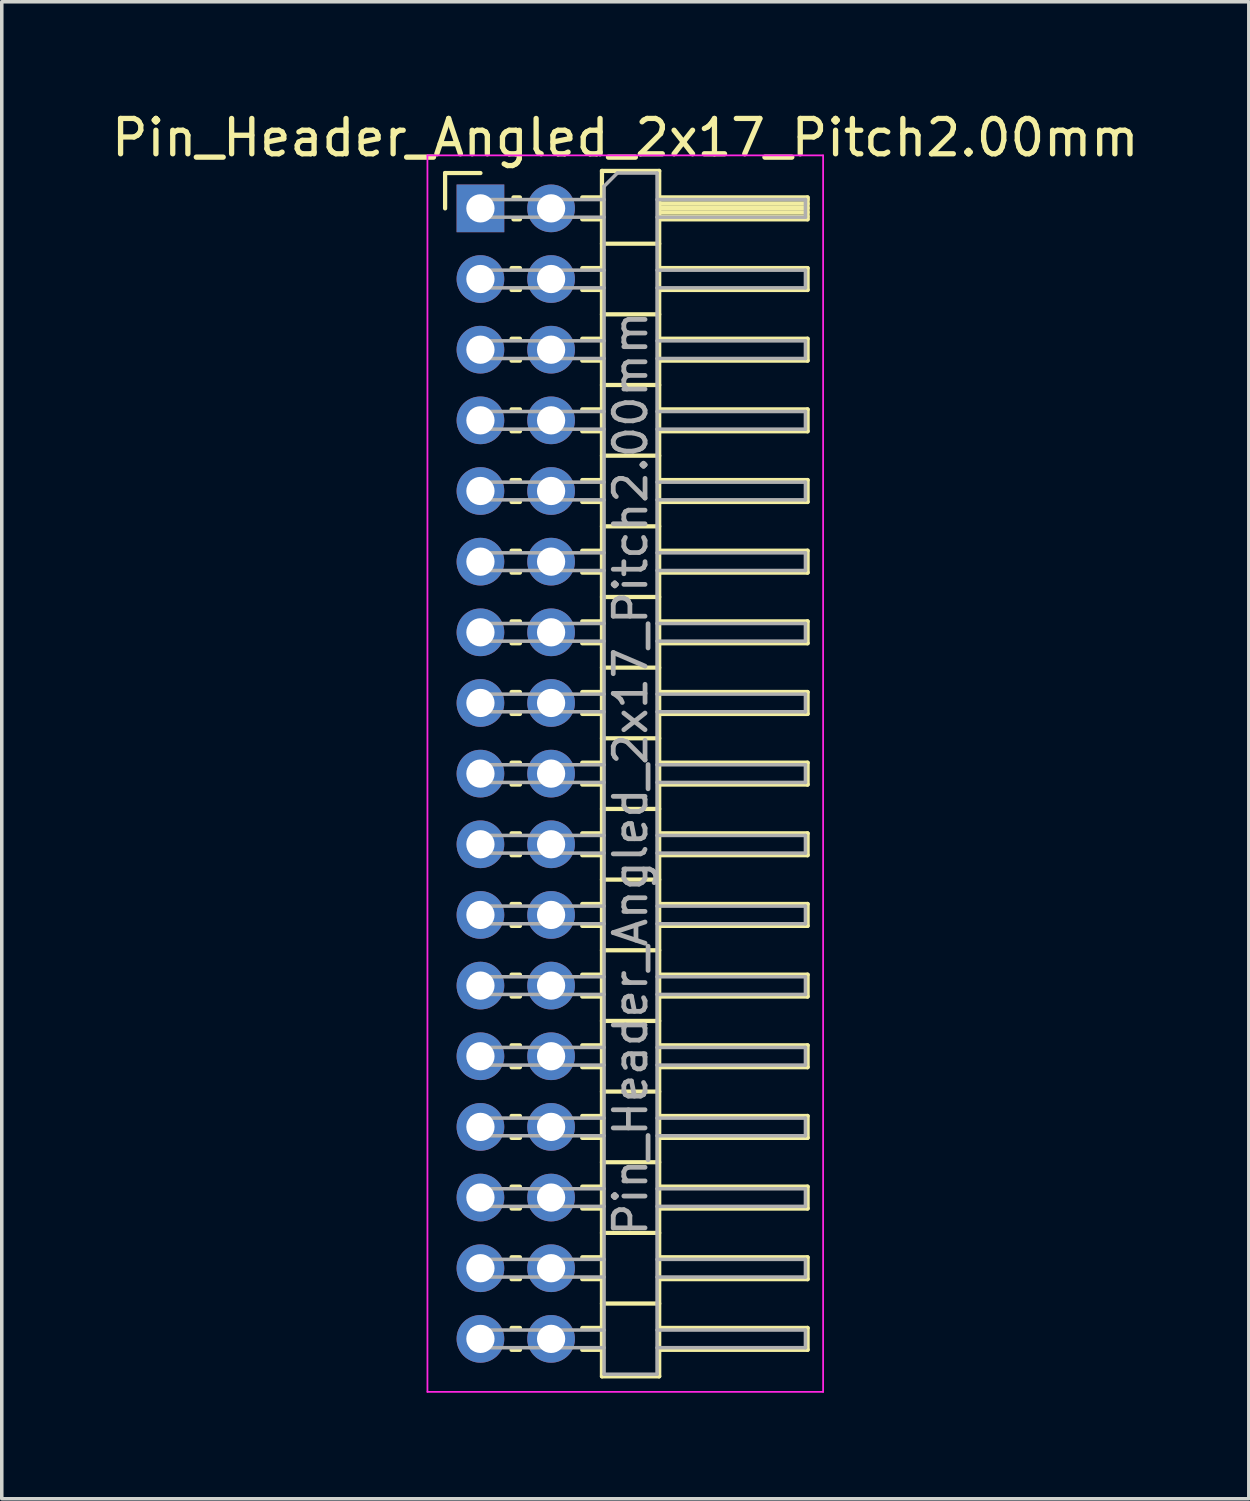
<source format=kicad_pcb>
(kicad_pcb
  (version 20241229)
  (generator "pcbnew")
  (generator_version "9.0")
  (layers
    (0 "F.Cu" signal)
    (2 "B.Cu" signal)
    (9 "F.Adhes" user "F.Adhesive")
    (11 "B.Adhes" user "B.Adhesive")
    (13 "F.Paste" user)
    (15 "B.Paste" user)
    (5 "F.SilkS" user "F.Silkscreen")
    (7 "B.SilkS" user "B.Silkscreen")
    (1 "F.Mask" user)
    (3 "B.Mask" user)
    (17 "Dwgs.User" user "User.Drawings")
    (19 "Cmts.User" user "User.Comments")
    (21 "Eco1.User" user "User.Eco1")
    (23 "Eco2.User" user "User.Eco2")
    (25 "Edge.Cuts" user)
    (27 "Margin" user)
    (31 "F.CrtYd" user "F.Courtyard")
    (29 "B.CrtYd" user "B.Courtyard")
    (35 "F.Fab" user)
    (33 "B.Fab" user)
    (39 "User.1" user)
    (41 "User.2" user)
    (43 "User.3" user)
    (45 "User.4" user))
  (footprint "Pin_Header_Angled_2x17_Pitch2.00mm"
    (layer "F.Cu")
    (at 10.549 2.848)
    (property "Reference" "Pin_Header_Angled_2x17_Pitch2.00mm" (at 4.1 -2 0) (layer "F.SilkS") (effects (font (size 1 1) (thickness 0.15))))
    (attr through_hole)
    (fp_line (start -1 -1) (end 0 -1) (stroke (width 0.12) (type solid)) (layer "F.SilkS"))
    (fp_line (start -1 0) (end -1 -1) (stroke (width 0.12) (type solid)) (layer "F.SilkS"))
    (fp_line (start 0.882 1.69) (end 1.118 1.69) (stroke (width 0.12) (type solid)) (layer "F.SilkS"))
    (fp_line (start 0.882 2.31) (end 1.118 2.31) (stroke (width 0.12) (type solid)) (layer "F.SilkS"))
    (fp_line (start 0.882 3.69) (end 1.118 3.69) (stroke (width 0.12) (type solid)) (layer "F.SilkS"))
    (fp_line (start 0.882 4.31) (end 1.118 4.31) (stroke (width 0.12) (type solid)) (layer "F.SilkS"))
    (fp_line (start 0.882 5.69) (end 1.118 5.69) (stroke (width 0.12) (type solid)) (layer "F.SilkS"))
    (fp_line (start 0.882 6.31) (end 1.118 6.31) (stroke (width 0.12) (type solid)) (layer "F.SilkS"))
    (fp_line (start 0.882 7.69) (end 1.118 7.69) (stroke (width 0.12) (type solid)) (layer "F.SilkS"))
    (fp_line (start 0.882 8.31) (end 1.118 8.31) (stroke (width 0.12) (type solid)) (layer "F.SilkS"))
    (fp_line (start 0.882 9.69) (end 1.118 9.69) (stroke (width 0.12) (type solid)) (layer "F.SilkS"))
    (fp_line (start 0.882 10.31) (end 1.118 10.31) (stroke (width 0.12) (type solid)) (layer "F.SilkS"))
    (fp_line (start 0.882 11.69) (end 1.118 11.69) (stroke (width 0.12) (type solid)) (layer "F.SilkS"))
    (fp_line (start 0.882 12.31) (end 1.118 12.31) (stroke (width 0.12) (type solid)) (layer "F.SilkS"))
    (fp_line (start 0.882 13.69) (end 1.118 13.69) (stroke (width 0.12) (type solid)) (layer "F.SilkS"))
    (fp_line (start 0.882 14.31) (end 1.118 14.31) (stroke (width 0.12) (type solid)) (layer "F.SilkS"))
    (fp_line (start 0.882 15.69) (end 1.118 15.69) (stroke (width 0.12) (type solid)) (layer "F.SilkS"))
    (fp_line (start 0.882 16.31) (end 1.118 16.31) (stroke (width 0.12) (type solid)) (layer "F.SilkS"))
    (fp_line (start 0.882 17.69) (end 1.118 17.69) (stroke (width 0.12) (type solid)) (layer "F.SilkS"))
    (fp_line (start 0.882 18.31) (end 1.118 18.31) (stroke (width 0.12) (type solid)) (layer "F.SilkS"))
    (fp_line (start 0.882 19.69) (end 1.118 19.69) (stroke (width 0.12) (type solid)) (layer "F.SilkS"))
    (fp_line (start 0.882 20.31) (end 1.118 20.31) (stroke (width 0.12) (type solid)) (layer "F.SilkS"))
    (fp_line (start 0.882 21.69) (end 1.118 21.69) (stroke (width 0.12) (type solid)) (layer "F.SilkS"))
    (fp_line (start 0.882 22.31) (end 1.118 22.31) (stroke (width 0.12) (type solid)) (layer "F.SilkS"))
    (fp_line (start 0.882 23.69) (end 1.118 23.69) (stroke (width 0.12) (type solid)) (layer "F.SilkS"))
    (fp_line (start 0.882 24.31) (end 1.118 24.31) (stroke (width 0.12) (type solid)) (layer "F.SilkS"))
    (fp_line (start 0.882 25.69) (end 1.118 25.69) (stroke (width 0.12) (type solid)) (layer "F.SilkS"))
    (fp_line (start 0.882 26.31) (end 1.118 26.31) (stroke (width 0.12) (type solid)) (layer "F.SilkS"))
    (fp_line (start 0.882 27.69) (end 1.118 27.69) (stroke (width 0.12) (type solid)) (layer "F.SilkS"))
    (fp_line (start 0.882 28.31) (end 1.118 28.31) (stroke (width 0.12) (type solid)) (layer "F.SilkS"))
    (fp_line (start 0.882 29.69) (end 1.118 29.69) (stroke (width 0.12) (type solid)) (layer "F.SilkS"))
    (fp_line (start 0.882 30.31) (end 1.118 30.31) (stroke (width 0.12) (type solid)) (layer "F.SilkS"))
    (fp_line (start 0.882 31.69) (end 1.118 31.69) (stroke (width 0.12) (type solid)) (layer "F.SilkS"))
    (fp_line (start 0.882 32.31) (end 1.118 32.31) (stroke (width 0.12) (type solid)) (layer "F.SilkS"))
    (fp_line (start 0.935 -0.31) (end 1.118 -0.31) (stroke (width 0.12) (type solid)) (layer "F.SilkS"))
    (fp_line (start 0.935 0.31) (end 1.118 0.31) (stroke (width 0.12) (type solid)) (layer "F.SilkS"))
    (fp_line (start 2.882 -0.31) (end 3.44 -0.31) (stroke (width 0.12) (type solid)) (layer "F.SilkS"))
    (fp_line (start 2.882 0.31) (end 3.44 0.31) (stroke (width 0.12) (type solid)) (layer "F.SilkS"))
    (fp_line (start 2.882 1.69) (end 3.44 1.69) (stroke (width 0.12) (type solid)) (layer "F.SilkS"))
    (fp_line (start 2.882 2.31) (end 3.44 2.31) (stroke (width 0.12) (type solid)) (layer "F.SilkS"))
    (fp_line (start 2.882 3.69) (end 3.44 3.69) (stroke (width 0.12) (type solid)) (layer "F.SilkS"))
    (fp_line (start 2.882 4.31) (end 3.44 4.31) (stroke (width 0.12) (type solid)) (layer "F.SilkS"))
    (fp_line (start 2.882 5.69) (end 3.44 5.69) (stroke (width 0.12) (type solid)) (layer "F.SilkS"))
    (fp_line (start 2.882 6.31) (end 3.44 6.31) (stroke (width 0.12) (type solid)) (layer "F.SilkS"))
    (fp_line (start 2.882 7.69) (end 3.44 7.69) (stroke (width 0.12) (type solid)) (layer "F.SilkS"))
    (fp_line (start 2.882 8.31) (end 3.44 8.31) (stroke (width 0.12) (type solid)) (layer "F.SilkS"))
    (fp_line (start 2.882 9.69) (end 3.44 9.69) (stroke (width 0.12) (type solid)) (layer "F.SilkS"))
    (fp_line (start 2.882 10.31) (end 3.44 10.31) (stroke (width 0.12) (type solid)) (layer "F.SilkS"))
    (fp_line (start 2.882 11.69) (end 3.44 11.69) (stroke (width 0.12) (type solid)) (layer "F.SilkS"))
    (fp_line (start 2.882 12.31) (end 3.44 12.31) (stroke (width 0.12) (type solid)) (layer "F.SilkS"))
    (fp_line (start 2.882 13.69) (end 3.44 13.69) (stroke (width 0.12) (type solid)) (layer "F.SilkS"))
    (fp_line (start 2.882 14.31) (end 3.44 14.31) (stroke (width 0.12) (type solid)) (layer "F.SilkS"))
    (fp_line (start 2.882 15.69) (end 3.44 15.69) (stroke (width 0.12) (type solid)) (layer "F.SilkS"))
    (fp_line (start 2.882 16.31) (end 3.44 16.31) (stroke (width 0.12) (type solid)) (layer "F.SilkS"))
    (fp_line (start 2.882 17.69) (end 3.44 17.69) (stroke (width 0.12) (type solid)) (layer "F.SilkS"))
    (fp_line (start 2.882 18.31) (end 3.44 18.31) (stroke (width 0.12) (type solid)) (layer "F.SilkS"))
    (fp_line (start 2.882 19.69) (end 3.44 19.69) (stroke (width 0.12) (type solid)) (layer "F.SilkS"))
    (fp_line (start 2.882 20.31) (end 3.44 20.31) (stroke (width 0.12) (type solid)) (layer "F.SilkS"))
    (fp_line (start 2.882 21.69) (end 3.44 21.69) (stroke (width 0.12) (type solid)) (layer "F.SilkS"))
    (fp_line (start 2.882 22.31) (end 3.44 22.31) (stroke (width 0.12) (type solid)) (layer "F.SilkS"))
    (fp_line (start 2.882 23.69) (end 3.44 23.69) (stroke (width 0.12) (type solid)) (layer "F.SilkS"))
    (fp_line (start 2.882 24.31) (end 3.44 24.31) (stroke (width 0.12) (type solid)) (layer "F.SilkS"))
    (fp_line (start 2.882 25.69) (end 3.44 25.69) (stroke (width 0.12) (type solid)) (layer "F.SilkS"))
    (fp_line (start 2.882 26.31) (end 3.44 26.31) (stroke (width 0.12) (type solid)) (layer "F.SilkS"))
    (fp_line (start 2.882 27.69) (end 3.44 27.69) (stroke (width 0.12) (type solid)) (layer "F.SilkS"))
    (fp_line (start 2.882 28.31) (end 3.44 28.31) (stroke (width 0.12) (type solid)) (layer "F.SilkS"))
    (fp_line (start 2.882 29.69) (end 3.44 29.69) (stroke (width 0.12) (type solid)) (layer "F.SilkS"))
    (fp_line (start 2.882 30.31) (end 3.44 30.31) (stroke (width 0.12) (type solid)) (layer "F.SilkS"))
    (fp_line (start 2.882 31.69) (end 3.44 31.69) (stroke (width 0.12) (type solid)) (layer "F.SilkS"))
    (fp_line (start 2.882 32.31) (end 3.44 32.31) (stroke (width 0.12) (type solid)) (layer "F.SilkS"))
    (fp_line (start 3.44 -1.06) (end 3.44 33.06) (stroke (width 0.12) (type solid)) (layer "F.SilkS"))
    (fp_line (start 3.44 1) (end 5.06 1) (stroke (width 0.12) (type solid)) (layer "F.SilkS"))
    (fp_line (start 3.44 3) (end 5.06 3) (stroke (width 0.12) (type solid)) (layer "F.SilkS"))
    (fp_line (start 3.44 5) (end 5.06 5) (stroke (width 0.12) (type solid)) (layer "F.SilkS"))
    (fp_line (start 3.44 7) (end 5.06 7) (stroke (width 0.12) (type solid)) (layer "F.SilkS"))
    (fp_line (start 3.44 9) (end 5.06 9) (stroke (width 0.12) (type solid)) (layer "F.SilkS"))
    (fp_line (start 3.44 11) (end 5.06 11) (stroke (width 0.12) (type solid)) (layer "F.SilkS"))
    (fp_line (start 3.44 13) (end 5.06 13) (stroke (width 0.12) (type solid)) (layer "F.SilkS"))
    (fp_line (start 3.44 15) (end 5.06 15) (stroke (width 0.12) (type solid)) (layer "F.SilkS"))
    (fp_line (start 3.44 17) (end 5.06 17) (stroke (width 0.12) (type solid)) (layer "F.SilkS"))
    (fp_line (start 3.44 19) (end 5.06 19) (stroke (width 0.12) (type solid)) (layer "F.SilkS"))
    (fp_line (start 3.44 21) (end 5.06 21) (stroke (width 0.12) (type solid)) (layer "F.SilkS"))
    (fp_line (start 3.44 23) (end 5.06 23) (stroke (width 0.12) (type solid)) (layer "F.SilkS"))
    (fp_line (start 3.44 25) (end 5.06 25) (stroke (width 0.12) (type solid)) (layer "F.SilkS"))
    (fp_line (start 3.44 27) (end 5.06 27) (stroke (width 0.12) (type solid)) (layer "F.SilkS"))
    (fp_line (start 3.44 29) (end 5.06 29) (stroke (width 0.12) (type solid)) (layer "F.SilkS"))
    (fp_line (start 3.44 31) (end 5.06 31) (stroke (width 0.12) (type solid)) (layer "F.SilkS"))
    (fp_line (start 3.44 33.06) (end 5.06 33.06) (stroke (width 0.12) (type solid)) (layer "F.SilkS"))
    (fp_line (start 5.06 -1.06) (end 3.44 -1.06) (stroke (width 0.12) (type solid)) (layer "F.SilkS"))
    (fp_line (start 5.06 -0.31) (end 9.26 -0.31) (stroke (width 0.12) (type solid)) (layer "F.SilkS"))
    (fp_line (start 5.06 -0.25) (end 9.26 -0.25) (stroke (width 0.12) (type solid)) (layer "F.SilkS"))
    (fp_line (start 5.06 -0.13) (end 9.26 -0.13) (stroke (width 0.12) (type solid)) (layer "F.SilkS"))
    (fp_line (start 5.06 -0.01) (end 9.26 -0.01) (stroke (width 0.12) (type solid)) (layer "F.SilkS"))
    (fp_line (start 5.06 0.11) (end 9.26 0.11) (stroke (width 0.12) (type solid)) (layer "F.SilkS"))
    (fp_line (start 5.06 0.23) (end 9.26 0.23) (stroke (width 0.12) (type solid)) (layer "F.SilkS"))
    (fp_line (start 5.06 1.69) (end 9.26 1.69) (stroke (width 0.12) (type solid)) (layer "F.SilkS"))
    (fp_line (start 5.06 3.69) (end 9.26 3.69) (stroke (width 0.12) (type solid)) (layer "F.SilkS"))
    (fp_line (start 5.06 5.69) (end 9.26 5.69) (stroke (width 0.12) (type solid)) (layer "F.SilkS"))
    (fp_line (start 5.06 7.69) (end 9.26 7.69) (stroke (width 0.12) (type solid)) (layer "F.SilkS"))
    (fp_line (start 5.06 9.69) (end 9.26 9.69) (stroke (width 0.12) (type solid)) (layer "F.SilkS"))
    (fp_line (start 5.06 11.69) (end 9.26 11.69) (stroke (width 0.12) (type solid)) (layer "F.SilkS"))
    (fp_line (start 5.06 13.69) (end 9.26 13.69) (stroke (width 0.12) (type solid)) (layer "F.SilkS"))
    (fp_line (start 5.06 15.69) (end 9.26 15.69) (stroke (width 0.12) (type solid)) (layer "F.SilkS"))
    (fp_line (start 5.06 17.69) (end 9.26 17.69) (stroke (width 0.12) (type solid)) (layer "F.SilkS"))
    (fp_line (start 5.06 19.69) (end 9.26 19.69) (stroke (width 0.12) (type solid)) (layer "F.SilkS"))
    (fp_line (start 5.06 21.69) (end 9.26 21.69) (stroke (width 0.12) (type solid)) (layer "F.SilkS"))
    (fp_line (start 5.06 23.69) (end 9.26 23.69) (stroke (width 0.12) (type solid)) (layer "F.SilkS"))
    (fp_line (start 5.06 25.69) (end 9.26 25.69) (stroke (width 0.12) (type solid)) (layer "F.SilkS"))
    (fp_line (start 5.06 27.69) (end 9.26 27.69) (stroke (width 0.12) (type solid)) (layer "F.SilkS"))
    (fp_line (start 5.06 29.69) (end 9.26 29.69) (stroke (width 0.12) (type solid)) (layer "F.SilkS"))
    (fp_line (start 5.06 31.69) (end 9.26 31.69) (stroke (width 0.12) (type solid)) (layer "F.SilkS"))
    (fp_line (start 5.06 33.06) (end 5.06 -1.06) (stroke (width 0.12) (type solid)) (layer "F.SilkS"))
    (fp_line (start 9.26 -0.31) (end 9.26 0.31) (stroke (width 0.12) (type solid)) (layer "F.SilkS"))
    (fp_line (start 9.26 0.31) (end 5.06 0.31) (stroke (width 0.12) (type solid)) (layer "F.SilkS"))
    (fp_line (start 9.26 1.69) (end 9.26 2.31) (stroke (width 0.12) (type solid)) (layer "F.SilkS"))
    (fp_line (start 9.26 2.31) (end 5.06 2.31) (stroke (width 0.12) (type solid)) (layer "F.SilkS"))
    (fp_line (start 9.26 3.69) (end 9.26 4.31) (stroke (width 0.12) (type solid)) (layer "F.SilkS"))
    (fp_line (start 9.26 4.31) (end 5.06 4.31) (stroke (width 0.12) (type solid)) (layer "F.SilkS"))
    (fp_line (start 9.26 5.69) (end 9.26 6.31) (stroke (width 0.12) (type solid)) (layer "F.SilkS"))
    (fp_line (start 9.26 6.31) (end 5.06 6.31) (stroke (width 0.12) (type solid)) (layer "F.SilkS"))
    (fp_line (start 9.26 7.69) (end 9.26 8.31) (stroke (width 0.12) (type solid)) (layer "F.SilkS"))
    (fp_line (start 9.26 8.31) (end 5.06 8.31) (stroke (width 0.12) (type solid)) (layer "F.SilkS"))
    (fp_line (start 9.26 9.69) (end 9.26 10.31) (stroke (width 0.12) (type solid)) (layer "F.SilkS"))
    (fp_line (start 9.26 10.31) (end 5.06 10.31) (stroke (width 0.12) (type solid)) (layer "F.SilkS"))
    (fp_line (start 9.26 11.69) (end 9.26 12.31) (stroke (width 0.12) (type solid)) (layer "F.SilkS"))
    (fp_line (start 9.26 12.31) (end 5.06 12.31) (stroke (width 0.12) (type solid)) (layer "F.SilkS"))
    (fp_line (start 9.26 13.69) (end 9.26 14.31) (stroke (width 0.12) (type solid)) (layer "F.SilkS"))
    (fp_line (start 9.26 14.31) (end 5.06 14.31) (stroke (width 0.12) (type solid)) (layer "F.SilkS"))
    (fp_line (start 9.26 15.69) (end 9.26 16.31) (stroke (width 0.12) (type solid)) (layer "F.SilkS"))
    (fp_line (start 9.26 16.31) (end 5.06 16.31) (stroke (width 0.12) (type solid)) (layer "F.SilkS"))
    (fp_line (start 9.26 17.69) (end 9.26 18.31) (stroke (width 0.12) (type solid)) (layer "F.SilkS"))
    (fp_line (start 9.26 18.31) (end 5.06 18.31) (stroke (width 0.12) (type solid)) (layer "F.SilkS"))
    (fp_line (start 9.26 19.69) (end 9.26 20.31) (stroke (width 0.12) (type solid)) (layer "F.SilkS"))
    (fp_line (start 9.26 20.31) (end 5.06 20.31) (stroke (width 0.12) (type solid)) (layer "F.SilkS"))
    (fp_line (start 9.26 21.69) (end 9.26 22.31) (stroke (width 0.12) (type solid)) (layer "F.SilkS"))
    (fp_line (start 9.26 22.31) (end 5.06 22.31) (stroke (width 0.12) (type solid)) (layer "F.SilkS"))
    (fp_line (start 9.26 23.69) (end 9.26 24.31) (stroke (width 0.12) (type solid)) (layer "F.SilkS"))
    (fp_line (start 9.26 24.31) (end 5.06 24.31) (stroke (width 0.12) (type solid)) (layer "F.SilkS"))
    (fp_line (start 9.26 25.69) (end 9.26 26.31) (stroke (width 0.12) (type solid)) (layer "F.SilkS"))
    (fp_line (start 9.26 26.31) (end 5.06 26.31) (stroke (width 0.12) (type solid)) (layer "F.SilkS"))
    (fp_line (start 9.26 27.69) (end 9.26 28.31) (stroke (width 0.12) (type solid)) (layer "F.SilkS"))
    (fp_line (start 9.26 28.31) (end 5.06 28.31) (stroke (width 0.12) (type solid)) (layer "F.SilkS"))
    (fp_line (start 9.26 29.69) (end 9.26 30.31) (stroke (width 0.12) (type solid)) (layer "F.SilkS"))
    (fp_line (start 9.26 30.31) (end 5.06 30.31) (stroke (width 0.12) (type solid)) (layer "F.SilkS"))
    (fp_line (start 9.26 31.69) (end 9.26 32.31) (stroke (width 0.12) (type solid)) (layer "F.SilkS"))
    (fp_line (start 9.26 32.31) (end 5.06 32.31) (stroke (width 0.12) (type solid)) (layer "F.SilkS"))
    (fp_line (start -1.5 -1.5) (end -1.5 33.5) (stroke (width 0.05) (type solid)) (layer "F.CrtYd"))
    (fp_line (start -1.5 33.5) (end 9.7 33.5) (stroke (width 0.05) (type solid)) (layer "F.CrtYd"))
    (fp_line (start 9.7 -1.5) (end -1.5 -1.5) (stroke (width 0.05) (type solid)) (layer "F.CrtYd"))
    (fp_line (start 9.7 33.5) (end 9.7 -1.5) (stroke (width 0.05) (type solid)) (layer "F.CrtYd"))
    (fp_line (start -0.25 -0.25) (end -0.25 0.25) (stroke (width 0.1) (type solid)) (layer "F.Fab"))
    (fp_line (start -0.25 -0.25) (end 3.5 -0.25) (stroke (width 0.1) (type solid)) (layer "F.Fab"))
    (fp_line (start -0.25 0.25) (end 3.5 0.25) (stroke (width 0.1) (type solid)) (layer "F.Fab"))
    (fp_line (start -0.25 1.75) (end -0.25 2.25) (stroke (width 0.1) (type solid)) (layer "F.Fab"))
    (fp_line (start -0.25 1.75) (end 3.5 1.75) (stroke (width 0.1) (type solid)) (layer "F.Fab"))
    (fp_line (start -0.25 2.25) (end 3.5 2.25) (stroke (width 0.1) (type solid)) (layer "F.Fab"))
    (fp_line (start -0.25 3.75) (end -0.25 4.25) (stroke (width 0.1) (type solid)) (layer "F.Fab"))
    (fp_line (start -0.25 3.75) (end 3.5 3.75) (stroke (width 0.1) (type solid)) (layer "F.Fab"))
    (fp_line (start -0.25 4.25) (end 3.5 4.25) (stroke (width 0.1) (type solid)) (layer "F.Fab"))
    (fp_line (start -0.25 5.75) (end -0.25 6.25) (stroke (width 0.1) (type solid)) (layer "F.Fab"))
    (fp_line (start -0.25 5.75) (end 3.5 5.75) (stroke (width 0.1) (type solid)) (layer "F.Fab"))
    (fp_line (start -0.25 6.25) (end 3.5 6.25) (stroke (width 0.1) (type solid)) (layer "F.Fab"))
    (fp_line (start -0.25 7.75) (end -0.25 8.25) (stroke (width 0.1) (type solid)) (layer "F.Fab"))
    (fp_line (start -0.25 7.75) (end 3.5 7.75) (stroke (width 0.1) (type solid)) (layer "F.Fab"))
    (fp_line (start -0.25 8.25) (end 3.5 8.25) (stroke (width 0.1) (type solid)) (layer "F.Fab"))
    (fp_line (start -0.25 9.75) (end -0.25 10.25) (stroke (width 0.1) (type solid)) (layer "F.Fab"))
    (fp_line (start -0.25 9.75) (end 3.5 9.75) (stroke (width 0.1) (type solid)) (layer "F.Fab"))
    (fp_line (start -0.25 10.25) (end 3.5 10.25) (stroke (width 0.1) (type solid)) (layer "F.Fab"))
    (fp_line (start -0.25 11.75) (end -0.25 12.25) (stroke (width 0.1) (type solid)) (layer "F.Fab"))
    (fp_line (start -0.25 11.75) (end 3.5 11.75) (stroke (width 0.1) (type solid)) (layer "F.Fab"))
    (fp_line (start -0.25 12.25) (end 3.5 12.25) (stroke (width 0.1) (type solid)) (layer "F.Fab"))
    (fp_line (start -0.25 13.75) (end -0.25 14.25) (stroke (width 0.1) (type solid)) (layer "F.Fab"))
    (fp_line (start -0.25 13.75) (end 3.5 13.75) (stroke (width 0.1) (type solid)) (layer "F.Fab"))
    (fp_line (start -0.25 14.25) (end 3.5 14.25) (stroke (width 0.1) (type solid)) (layer "F.Fab"))
    (fp_line (start -0.25 15.75) (end -0.25 16.25) (stroke (width 0.1) (type solid)) (layer "F.Fab"))
    (fp_line (start -0.25 15.75) (end 3.5 15.75) (stroke (width 0.1) (type solid)) (layer "F.Fab"))
    (fp_line (start -0.25 16.25) (end 3.5 16.25) (stroke (width 0.1) (type solid)) (layer "F.Fab"))
    (fp_line (start -0.25 17.75) (end -0.25 18.25) (stroke (width 0.1) (type solid)) (layer "F.Fab"))
    (fp_line (start -0.25 17.75) (end 3.5 17.75) (stroke (width 0.1) (type solid)) (layer "F.Fab"))
    (fp_line (start -0.25 18.25) (end 3.5 18.25) (stroke (width 0.1) (type solid)) (layer "F.Fab"))
    (fp_line (start -0.25 19.75) (end -0.25 20.25) (stroke (width 0.1) (type solid)) (layer "F.Fab"))
    (fp_line (start -0.25 19.75) (end 3.5 19.75) (stroke (width 0.1) (type solid)) (layer "F.Fab"))
    (fp_line (start -0.25 20.25) (end 3.5 20.25) (stroke (width 0.1) (type solid)) (layer "F.Fab"))
    (fp_line (start -0.25 21.75) (end -0.25 22.25) (stroke (width 0.1) (type solid)) (layer "F.Fab"))
    (fp_line (start -0.25 21.75) (end 3.5 21.75) (stroke (width 0.1) (type solid)) (layer "F.Fab"))
    (fp_line (start -0.25 22.25) (end 3.5 22.25) (stroke (width 0.1) (type solid)) (layer "F.Fab"))
    (fp_line (start -0.25 23.75) (end -0.25 24.25) (stroke (width 0.1) (type solid)) (layer "F.Fab"))
    (fp_line (start -0.25 23.75) (end 3.5 23.75) (stroke (width 0.1) (type solid)) (layer "F.Fab"))
    (fp_line (start -0.25 24.25) (end 3.5 24.25) (stroke (width 0.1) (type solid)) (layer "F.Fab"))
    (fp_line (start -0.25 25.75) (end -0.25 26.25) (stroke (width 0.1) (type solid)) (layer "F.Fab"))
    (fp_line (start -0.25 25.75) (end 3.5 25.75) (stroke (width 0.1) (type solid)) (layer "F.Fab"))
    (fp_line (start -0.25 26.25) (end 3.5 26.25) (stroke (width 0.1) (type solid)) (layer "F.Fab"))
    (fp_line (start -0.25 27.75) (end -0.25 28.25) (stroke (width 0.1) (type solid)) (layer "F.Fab"))
    (fp_line (start -0.25 27.75) (end 3.5 27.75) (stroke (width 0.1) (type solid)) (layer "F.Fab"))
    (fp_line (start -0.25 28.25) (end 3.5 28.25) (stroke (width 0.1) (type solid)) (layer "F.Fab"))
    (fp_line (start -0.25 29.75) (end -0.25 30.25) (stroke (width 0.1) (type solid)) (layer "F.Fab"))
    (fp_line (start -0.25 29.75) (end 3.5 29.75) (stroke (width 0.1) (type solid)) (layer "F.Fab"))
    (fp_line (start -0.25 30.25) (end 3.5 30.25) (stroke (width 0.1) (type solid)) (layer "F.Fab"))
    (fp_line (start -0.25 31.75) (end -0.25 32.25) (stroke (width 0.1) (type solid)) (layer "F.Fab"))
    (fp_line (start -0.25 31.75) (end 3.5 31.75) (stroke (width 0.1) (type solid)) (layer "F.Fab"))
    (fp_line (start -0.25 32.25) (end 3.5 32.25) (stroke (width 0.1) (type solid)) (layer "F.Fab"))
    (fp_line (start 3.5 -0.625) (end 3.875 -1) (stroke (width 0.1) (type solid)) (layer "F.Fab"))
    (fp_line (start 3.5 33) (end 3.5 -0.625) (stroke (width 0.1) (type solid)) (layer "F.Fab"))
    (fp_line (start 3.875 -1) (end 5 -1) (stroke (width 0.1) (type solid)) (layer "F.Fab"))
    (fp_line (start 5 -1) (end 5 33) (stroke (width 0.1) (type solid)) (layer "F.Fab"))
    (fp_line (start 5 -0.25) (end 9.2 -0.25) (stroke (width 0.1) (type solid)) (layer "F.Fab"))
    (fp_line (start 5 0.25) (end 9.2 0.25) (stroke (width 0.1) (type solid)) (layer "F.Fab"))
    (fp_line (start 5 1.75) (end 9.2 1.75) (stroke (width 0.1) (type solid)) (layer "F.Fab"))
    (fp_line (start 5 2.25) (end 9.2 2.25) (stroke (width 0.1) (type solid)) (layer "F.Fab"))
    (fp_line (start 5 3.75) (end 9.2 3.75) (stroke (width 0.1) (type solid)) (layer "F.Fab"))
    (fp_line (start 5 4.25) (end 9.2 4.25) (stroke (width 0.1) (type solid)) (layer "F.Fab"))
    (fp_line (start 5 5.75) (end 9.2 5.75) (stroke (width 0.1) (type solid)) (layer "F.Fab"))
    (fp_line (start 5 6.25) (end 9.2 6.25) (stroke (width 0.1) (type solid)) (layer "F.Fab"))
    (fp_line (start 5 7.75) (end 9.2 7.75) (stroke (width 0.1) (type solid)) (layer "F.Fab"))
    (fp_line (start 5 8.25) (end 9.2 8.25) (stroke (width 0.1) (type solid)) (layer "F.Fab"))
    (fp_line (start 5 9.75) (end 9.2 9.75) (stroke (width 0.1) (type solid)) (layer "F.Fab"))
    (fp_line (start 5 10.25) (end 9.2 10.25) (stroke (width 0.1) (type solid)) (layer "F.Fab"))
    (fp_line (start 5 11.75) (end 9.2 11.75) (stroke (width 0.1) (type solid)) (layer "F.Fab"))
    (fp_line (start 5 12.25) (end 9.2 12.25) (stroke (width 0.1) (type solid)) (layer "F.Fab"))
    (fp_line (start 5 13.75) (end 9.2 13.75) (stroke (width 0.1) (type solid)) (layer "F.Fab"))
    (fp_line (start 5 14.25) (end 9.2 14.25) (stroke (width 0.1) (type solid)) (layer "F.Fab"))
    (fp_line (start 5 15.75) (end 9.2 15.75) (stroke (width 0.1) (type solid)) (layer "F.Fab"))
    (fp_line (start 5 16.25) (end 9.2 16.25) (stroke (width 0.1) (type solid)) (layer "F.Fab"))
    (fp_line (start 5 17.75) (end 9.2 17.75) (stroke (width 0.1) (type solid)) (layer "F.Fab"))
    (fp_line (start 5 18.25) (end 9.2 18.25) (stroke (width 0.1) (type solid)) (layer "F.Fab"))
    (fp_line (start 5 19.75) (end 9.2 19.75) (stroke (width 0.1) (type solid)) (layer "F.Fab"))
    (fp_line (start 5 20.25) (end 9.2 20.25) (stroke (width 0.1) (type solid)) (layer "F.Fab"))
    (fp_line (start 5 21.75) (end 9.2 21.75) (stroke (width 0.1) (type solid)) (layer "F.Fab"))
    (fp_line (start 5 22.25) (end 9.2 22.25) (stroke (width 0.1) (type solid)) (layer "F.Fab"))
    (fp_line (start 5 23.75) (end 9.2 23.75) (stroke (width 0.1) (type solid)) (layer "F.Fab"))
    (fp_line (start 5 24.25) (end 9.2 24.25) (stroke (width 0.1) (type solid)) (layer "F.Fab"))
    (fp_line (start 5 25.75) (end 9.2 25.75) (stroke (width 0.1) (type solid)) (layer "F.Fab"))
    (fp_line (start 5 26.25) (end 9.2 26.25) (stroke (width 0.1) (type solid)) (layer "F.Fab"))
    (fp_line (start 5 27.75) (end 9.2 27.75) (stroke (width 0.1) (type solid)) (layer "F.Fab"))
    (fp_line (start 5 28.25) (end 9.2 28.25) (stroke (width 0.1) (type solid)) (layer "F.Fab"))
    (fp_line (start 5 29.75) (end 9.2 29.75) (stroke (width 0.1) (type solid)) (layer "F.Fab"))
    (fp_line (start 5 30.25) (end 9.2 30.25) (stroke (width 0.1) (type solid)) (layer "F.Fab"))
    (fp_line (start 5 31.75) (end 9.2 31.75) (stroke (width 0.1) (type solid)) (layer "F.Fab"))
    (fp_line (start 5 32.25) (end 9.2 32.25) (stroke (width 0.1) (type solid)) (layer "F.Fab"))
    (fp_line (start 5 33) (end 3.5 33) (stroke (width 0.1) (type solid)) (layer "F.Fab"))
    (fp_line (start 9.2 -0.25) (end 9.2 0.25) (stroke (width 0.1) (type solid)) (layer "F.Fab"))
    (fp_line (start 9.2 1.75) (end 9.2 2.25) (stroke (width 0.1) (type solid)) (layer "F.Fab"))
    (fp_line (start 9.2 3.75) (end 9.2 4.25) (stroke (width 0.1) (type solid)) (layer "F.Fab"))
    (fp_line (start 9.2 5.75) (end 9.2 6.25) (stroke (width 0.1) (type solid)) (layer "F.Fab"))
    (fp_line (start 9.2 7.75) (end 9.2 8.25) (stroke (width 0.1) (type solid)) (layer "F.Fab"))
    (fp_line (start 9.2 9.75) (end 9.2 10.25) (stroke (width 0.1) (type solid)) (layer "F.Fab"))
    (fp_line (start 9.2 11.75) (end 9.2 12.25) (stroke (width 0.1) (type solid)) (layer "F.Fab"))
    (fp_line (start 9.2 13.75) (end 9.2 14.25) (stroke (width 0.1) (type solid)) (layer "F.Fab"))
    (fp_line (start 9.2 15.75) (end 9.2 16.25) (stroke (width 0.1) (type solid)) (layer "F.Fab"))
    (fp_line (start 9.2 17.75) (end 9.2 18.25) (stroke (width 0.1) (type solid)) (layer "F.Fab"))
    (fp_line (start 9.2 19.75) (end 9.2 20.25) (stroke (width 0.1) (type solid)) (layer "F.Fab"))
    (fp_line (start 9.2 21.75) (end 9.2 22.25) (stroke (width 0.1) (type solid)) (layer "F.Fab"))
    (fp_line (start 9.2 23.75) (end 9.2 24.25) (stroke (width 0.1) (type solid)) (layer "F.Fab"))
    (fp_line (start 9.2 25.75) (end 9.2 26.25) (stroke (width 0.1) (type solid)) (layer "F.Fab"))
    (fp_line (start 9.2 27.75) (end 9.2 28.25) (stroke (width 0.1) (type solid)) (layer "F.Fab"))
    (fp_line (start 9.2 29.75) (end 9.2 30.25) (stroke (width 0.1) (type solid)) (layer "F.Fab"))
    (fp_line (start 9.2 31.75) (end 9.2 32.25) (stroke (width 0.1) (type solid)) (layer "F.Fab"))
    (fp_text user "${REFERENCE}" (at 4.25 16 90) (layer "F.Fab") (effects (font (size 0.9 0.9) (thickness 0.135))))
    (pad "1" thru_hole rect (at 0 0) (size 1.35 1.35) (drill 0.8) (layers "*.Cu" "*.Mask"))
    (pad "2" thru_hole oval (at 2 0) (size 1.35 1.35) (drill 0.8) (layers "*.Cu" "*.Mask"))
    (pad "3" thru_hole oval (at 0 2) (size 1.35 1.35) (drill 0.8) (layers "*.Cu" "*.Mask"))
    (pad "4" thru_hole oval (at 2 2) (size 1.35 1.35) (drill 0.8) (layers "*.Cu" "*.Mask"))
    (pad "5" thru_hole oval (at 0 4) (size 1.35 1.35) (drill 0.8) (layers "*.Cu" "*.Mask"))
    (pad "6" thru_hole oval (at 2 4) (size 1.35 1.35) (drill 0.8) (layers "*.Cu" "*.Mask"))
    (pad "7" thru_hole oval (at 0 6) (size 1.35 1.35) (drill 0.8) (layers "*.Cu" "*.Mask"))
    (pad "8" thru_hole oval (at 2 6) (size 1.35 1.35) (drill 0.8) (layers "*.Cu" "*.Mask"))
    (pad "9" thru_hole oval (at 0 8) (size 1.35 1.35) (drill 0.8) (layers "*.Cu" "*.Mask"))
    (pad "10" thru_hole oval (at 2 8) (size 1.35 1.35) (drill 0.8) (layers "*.Cu" "*.Mask"))
    (pad "11" thru_hole oval (at 0 10) (size 1.35 1.35) (drill 0.8) (layers "*.Cu" "*.Mask"))
    (pad "12" thru_hole oval (at 2 10) (size 1.35 1.35) (drill 0.8) (layers "*.Cu" "*.Mask"))
    (pad "13" thru_hole oval (at 0 12) (size 1.35 1.35) (drill 0.8) (layers "*.Cu" "*.Mask"))
    (pad "14" thru_hole oval (at 2 12) (size 1.35 1.35) (drill 0.8) (layers "*.Cu" "*.Mask"))
    (pad "15" thru_hole oval (at 0 14) (size 1.35 1.35) (drill 0.8) (layers "*.Cu" "*.Mask"))
    (pad "16" thru_hole oval (at 2 14) (size 1.35 1.35) (drill 0.8) (layers "*.Cu" "*.Mask"))
    (pad "17" thru_hole oval (at 0 16) (size 1.35 1.35) (drill 0.8) (layers "*.Cu" "*.Mask"))
    (pad "18" thru_hole oval (at 2 16) (size 1.35 1.35) (drill 0.8) (layers "*.Cu" "*.Mask"))
    (pad "19" thru_hole oval (at 0 18) (size 1.35 1.35) (drill 0.8) (layers "*.Cu" "*.Mask"))
    (pad "20" thru_hole oval (at 2 18) (size 1.35 1.35) (drill 0.8) (layers "*.Cu" "*.Mask"))
    (pad "21" thru_hole oval (at 0 20) (size 1.35 1.35) (drill 0.8) (layers "*.Cu" "*.Mask"))
    (pad "22" thru_hole oval (at 2 20) (size 1.35 1.35) (drill 0.8) (layers "*.Cu" "*.Mask"))
    (pad "23" thru_hole oval (at 0 22) (size 1.35 1.35) (drill 0.8) (layers "*.Cu" "*.Mask"))
    (pad "24" thru_hole oval (at 2 22) (size 1.35 1.35) (drill 0.8) (layers "*.Cu" "*.Mask"))
    (pad "25" thru_hole oval (at 0 24) (size 1.35 1.35) (drill 0.8) (layers "*.Cu" "*.Mask"))
    (pad "26" thru_hole oval (at 2 24) (size 1.35 1.35) (drill 0.8) (layers "*.Cu" "*.Mask"))
    (pad "27" thru_hole oval (at 0 26) (size 1.35 1.35) (drill 0.8) (layers "*.Cu" "*.Mask"))
    (pad "28" thru_hole oval (at 2 26) (size 1.35 1.35) (drill 0.8) (layers "*.Cu" "*.Mask"))
    (pad "29" thru_hole oval (at 0 28) (size 1.35 1.35) (drill 0.8) (layers "*.Cu" "*.Mask"))
    (pad "30" thru_hole oval (at 2 28) (size 1.35 1.35) (drill 0.8) (layers "*.Cu" "*.Mask"))
    (pad "31" thru_hole oval (at 0 30) (size 1.35 1.35) (drill 0.8) (layers "*.Cu" "*.Mask"))
    (pad "32" thru_hole oval (at 2 30) (size 1.35 1.35) (drill 0.8) (layers "*.Cu" "*.Mask"))
    (pad "33" thru_hole oval (at 0 32) (size 1.35 1.35) (drill 0.8) (layers "*.Cu" "*.Mask"))
    (pad "34" thru_hole oval (at 2 32) (size 1.35 1.35) (drill 0.8) (layers "*.Cu" "*.Mask")))
  (gr_rect
    (start -3 -3)
    (end 32.298 39.373)
    (stroke (width 0.1) (type default))
    (fill no)
    (layer "Edge.Cuts")))
</source>
